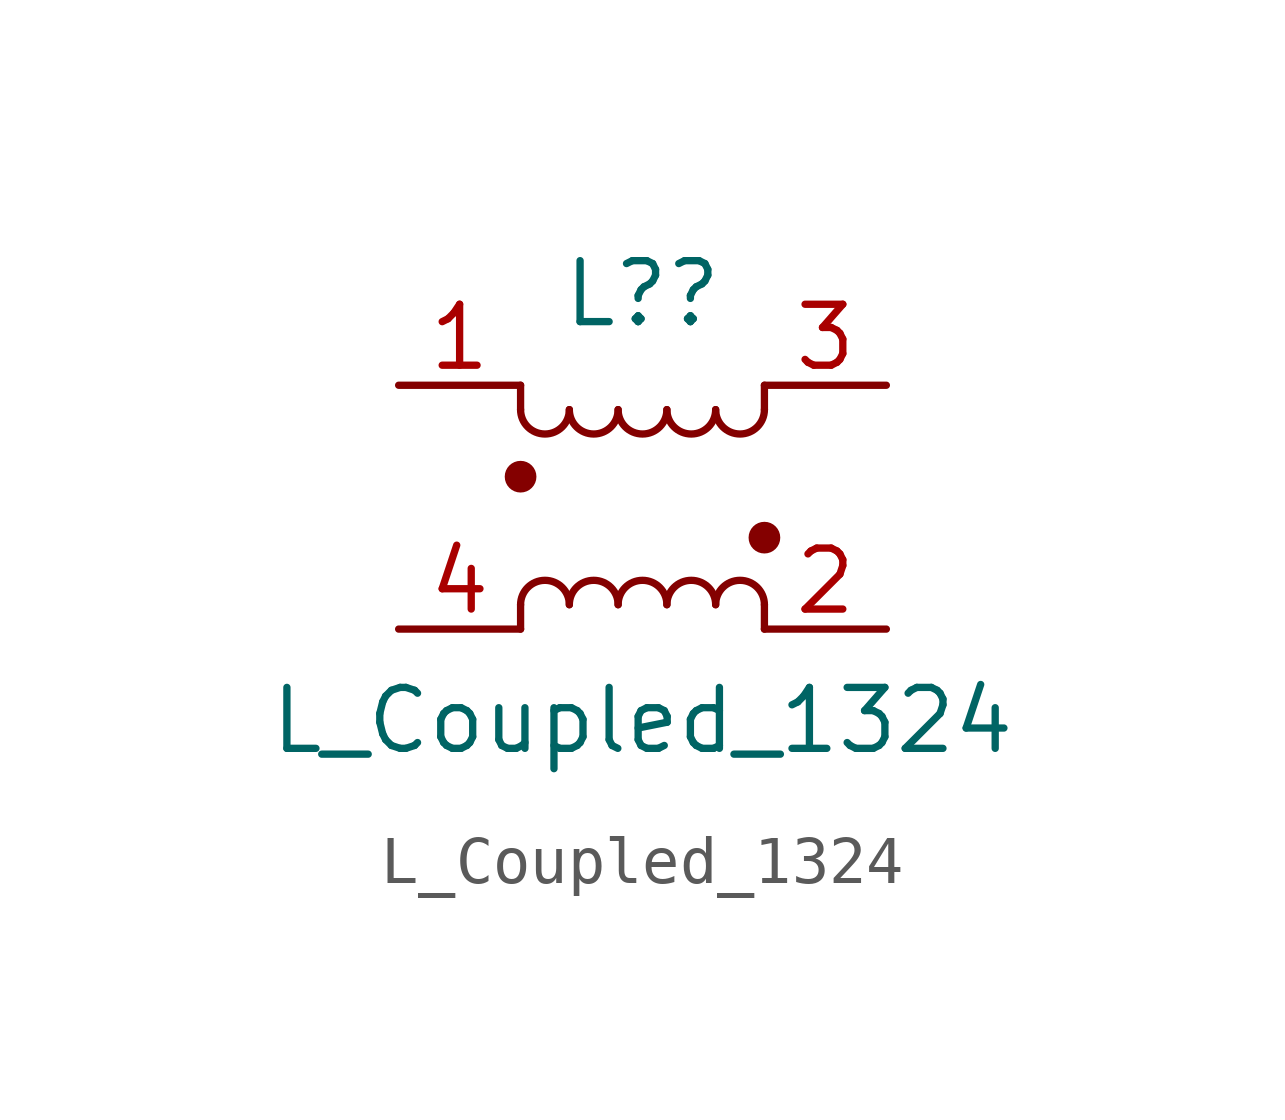
<source format=kicad_sym>
(kicad_symbol_lib
  (version 20211014)
  (generator kicad_symbol_editor)
  (symbol "L_Coupled_1324"
    (pin_names
      (offset 0.254) hide)
    (property "Reference" "L?"
      (at 0 4.445 0)
      (effects (font (size 1.27 1.27))))
    (property "Value" "L_Coupled_1324"
      (at 0 -4.445 0)
      (effects (font (size 1.27 1.27))))
    (symbol "L_Coupled_1324_0_1"
      (circle (center -2.54 0.635) (radius 0.254) (stroke (width 0) (type default) (color 0 0 0 0)) (fill (type outline)))
      (arc (start -2.54 2.032) (mid -2.032 1.524) (end -1.524 2.032) (stroke (width 0) (type default) (color 0 0 0 0)) (fill (type none)))
      (arc (start -1.524 -2.032) (mid -2.032 -1.524) (end -2.54 -2.032) (stroke (width 0) (type default) (color 0 0 0 0)) (fill (type none)))
      (arc (start -1.524 2.032) (mid -1.016 1.524) (end -0.508 2.032) (stroke (width 0) (type default) (color 0 0 0 0)) (fill (type none)))
      (arc (start -0.508 -2.032) (mid -1.016 -1.524) (end -1.524 -2.032) (stroke (width 0) (type default) (color 0 0 0 0)) (fill (type none)))
      (arc (start -0.508 2.032) (mid 0 1.524) (end 0.508 2.032) (stroke (width 0) (type default) (color 0 0 0 0)) (fill (type none)))
      (polyline (pts (xy -2.54 -2.032) (xy -2.54 -2.54)) (stroke (width 0) (type default) (color 0 0 0 0)) (fill (type none)))
      (polyline (pts (xy -2.54 2.032) (xy -2.54 2.54)) (stroke (width 0) (type default) (color 0 0 0 0)) (fill (type none)))
      (polyline (pts (xy 2.54 -2.032) (xy 2.54 -2.54)) (stroke (width 0) (type default) (color 0 0 0 0)) (fill (type none)))
      (polyline (pts (xy 2.54 2.54) (xy 2.54 2.032)) (stroke (width 0) (type default) (color 0 0 0 0)) (fill (type none)))
      (arc (start 0.508 -2.032) (mid 0 -1.524) (end -0.508 -2.032) (stroke (width 0) (type default) (color 0 0 0 0)) (fill (type none)))
      (arc (start 0.508 2.032) (mid 1.016 1.524) (end 1.524 2.032) (stroke (width 0) (type default) (color 0 0 0 0)) (fill (type none)))
      (arc (start 1.524 -2.032) (mid 1.016 -1.524) (end 0.508 -2.032) (stroke (width 0) (type default) (color 0 0 0 0)) (fill (type none)))
      (arc (start 1.524 2.032) (mid 2.032 1.524) (end 2.54 2.032) (stroke (width 0) (type default) (color 0 0 0 0)) (fill (type none)))
      (arc (start 2.54 -2.032) (mid 2.032 -1.524) (end 1.524 -2.032) (stroke (width 0) (type default) (color 0 0 0 0)) (fill (type none)))
      (circle (center 2.54 -0.635) (radius 0.254) (stroke (width 0) (type default) (color 0 0 0 0)) (fill (type outline))))
    (symbol "L_Coupled_1324_1_1"
      (pin passive line (at -5.08 2.54 0) (length 2.54) (name "1" (effects (font (size 1.27 1.27)))) (number "1" (effects (font (size 1.27 1.27)))))
      (pin passive line (at 5.08 -2.54 180) (length 2.54) (name "2" (effects (font (size 1.27 1.27)))) (number "2" (effects (font (size 1.27 1.27)))))
      (pin passive line (at 5.08 2.54 180) (length 2.54) (name "3" (effects (font (size 1.27 1.27)))) (number "3" (effects (font (size 1.27 1.27)))))
      (pin passive line (at -5.08 -2.54 0) (length 2.54) (name "4" (effects (font (size 1.27 1.27)))) (number "4" (effects (font (size 1.27 1.27))))))))
</source>
